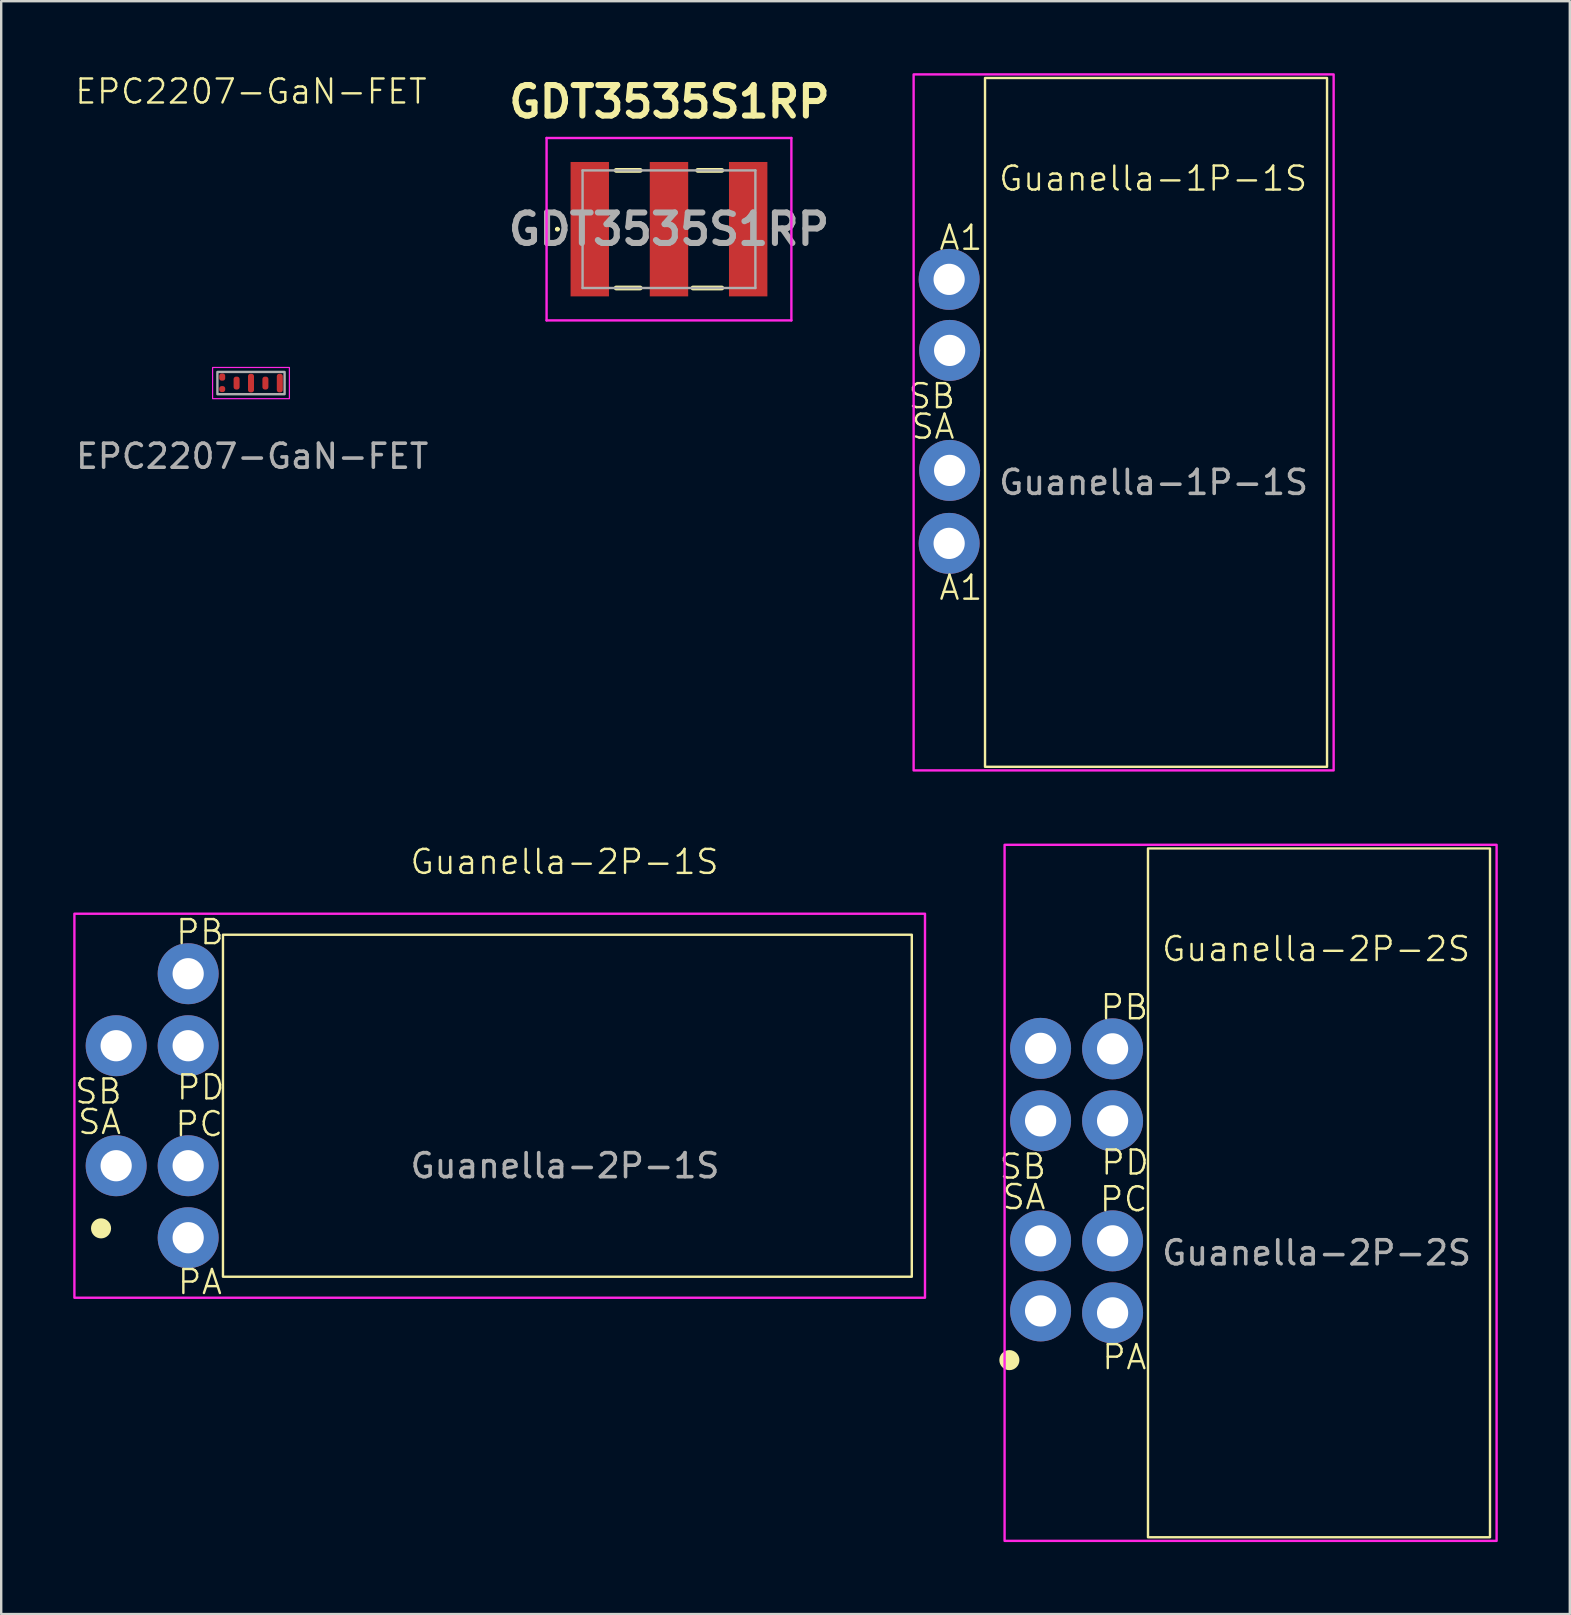
<source format=kicad_pcb>
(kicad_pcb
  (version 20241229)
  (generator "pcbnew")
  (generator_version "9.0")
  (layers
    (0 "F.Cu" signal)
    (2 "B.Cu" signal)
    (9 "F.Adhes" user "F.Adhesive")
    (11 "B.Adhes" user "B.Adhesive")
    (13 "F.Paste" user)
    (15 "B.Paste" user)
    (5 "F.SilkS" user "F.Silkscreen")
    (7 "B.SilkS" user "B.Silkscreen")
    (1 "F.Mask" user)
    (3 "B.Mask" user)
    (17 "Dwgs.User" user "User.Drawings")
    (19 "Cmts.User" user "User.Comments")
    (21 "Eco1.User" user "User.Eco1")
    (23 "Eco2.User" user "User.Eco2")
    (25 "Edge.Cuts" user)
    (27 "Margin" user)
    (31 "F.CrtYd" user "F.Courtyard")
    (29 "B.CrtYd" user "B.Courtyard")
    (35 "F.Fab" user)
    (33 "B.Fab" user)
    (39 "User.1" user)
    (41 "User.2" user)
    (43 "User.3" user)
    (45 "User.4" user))
  (footprint "Guanella-2P-1S"
    (layer "F.Cu")
    (at 20.49 43.02)
    (property "Reference" "Guanella-2P-1S" (at -0.02 -10.16 0) (unlocked yes) (layer "F.SilkS") (effects (font (size 1 1) (thickness 0.1))))
    (attr through_hole)
    (fp_rect (start -14.25 -7.125) (end 14.45 7.125) (stroke (width 0.1) (type solid)) (fill no) (layer "F.SilkS"))
    (fp_circle (center -19.33 5.11) (end -19.08 5.38) (stroke (width 0.1) (type solid)) (fill yes) (layer "F.SilkS"))
    (fp_rect (start -20.44 -8) (end 15 8) (stroke (width 0.1) (type solid)) (fill no) (layer "F.CrtYd"))
    (fp_text user "SB" (at -19.44 -0.01 0) (unlocked yes) (layer "F.SilkS") (effects (font (size 1 1) (thickness 0.1)) (justify bottom)))
    (fp_text user "PD" (at -15.18 -0.18 0) (unlocked yes) (layer "F.SilkS") (effects (font (size 1 1) (thickness 0.1)) (justify bottom)))
    (fp_text user "SA" (at -19.39 1.26 0) (unlocked yes) (layer "F.SilkS") (effects (font (size 1 1) (thickness 0.1)) (justify bottom)))
    (fp_text user "PB" (at -15.21 -6.65 0) (unlocked yes) (layer "F.SilkS") (effects (font (size 1 1) (thickness 0.1)) (justify bottom)))
    (fp_text user "PC" (at -15.24 1.35 0) (unlocked yes) (layer "F.SilkS") (effects (font (size 1 1) (thickness 0.1)) (justify bottom)))
    (fp_text user "PA" (at -15.21 7.93 0) (unlocked yes) (layer "F.SilkS") (effects (font (size 1 1) (thickness 0.1)) (justify bottom)))
    (fp_text user "${REFERENCE}" (at 0 2.5 0) (unlocked yes) (layer "F.Fab") (effects (font (size 1 1) (thickness 0.15))))
    (pad "1" thru_hole circle (at -15.7 5.5) (size 2.54 2.54) (drill 1.3) (layers "*.Cu" "*.Mask"))
    (pad "2" thru_hole circle (at -15.7 -5.5) (size 2.54 2.54) (drill 1.3) (layers "*.Cu" "*.Mask"))
    (pad "3" thru_hole circle (at -15.7 2.5) (size 2.54 2.54) (drill 1.3) (layers "*.Cu" "*.Mask"))
    (pad "4" thru_hole circle (at -15.7 -2.5) (size 2.54 2.54) (drill 1.3) (layers "*.Cu" "*.Mask"))
    (pad "5" thru_hole circle (at -18.7 2.5) (size 2.54 2.54) (drill 1.3) (layers "*.Cu" "*.Mask"))
    (pad "6" thru_hole circle (at -18.7 -2.5) (size 2.54 2.54) (drill 1.3) (layers "*.Cu" "*.Mask")))
  (footprint "Guanella-1P-1S"
    (layer "F.Cu")
    (at 45.016 14.55)
    (property "Reference" "Guanella-1P-1S" (at -0.02 -10.16 0) (unlocked yes) (layer "F.SilkS") (effects (font (size 1 1) (thickness 0.1))))
    (attr through_hole)
    (fp_rect (start -7.025 -14.35) (end 7.225 14.35) (stroke (width 0.1) (type solid)) (fill no) (layer "F.SilkS"))
    (fp_rect (start -10 -14.5) (end 7.5 14.5) (stroke (width 0.1) (type solid)) (fill no) (layer "F.CrtYd"))
    (fp_text user "SA" (at -9.19 0.76 0) (unlocked yes) (layer "F.SilkS") (effects (font (size 1 1) (thickness 0.1)) (justify bottom)))
    (fp_text user "SB" (at -9.24 -0.51 0) (unlocked yes) (layer "F.SilkS") (effects (font (size 1 1) (thickness 0.1)) (justify bottom)))
    (fp_text user "A1" (at -8.03 -7.11 0) (unlocked yes) (layer "F.SilkS") (effects (font (size 1 1) (thickness 0.1)) (justify bottom)))
    (fp_text user "A1" (at -8.03 7.47 0) (unlocked yes) (layer "F.SilkS") (effects (font (size 1 1) (thickness 0.1)) (justify bottom)))
    (fp_text user "${REFERENCE}" (at 0 2.5 0) (unlocked yes) (layer "F.Fab") (effects (font (size 1 1) (thickness 0.15))))
    (pad "1" thru_hole circle (at -8.52 5.04) (size 2.54 2.54) (drill 1.3) (layers "*.Cu" "*.Mask"))
    (pad "2" thru_hole circle (at -8.52 -5.96) (size 2.54 2.54) (drill 1.3) (layers "*.Cu" "*.Mask"))
    (pad "3" thru_hole circle (at -8.5 2) (size 2.54 2.54) (drill 1.3) (layers "*.Cu" "*.Mask"))
    (pad "4" thru_hole circle (at -8.5 -3) (size 2.54 2.54) (drill 1.3) (layers "*.Cu" "*.Mask")))
  (footprint "EPC2207-GaN-FET"
    (layer "F.Cu")
    (at 7.408 12.911)
    (property "Reference" "EPC2207-GaN-FET" (at 0 -12.15 0) (unlocked yes) (layer "F.SilkS") (effects (font (size 1 1) (thickness 0.1))))
    (attr smd)
    (fp_rect (start -1.6 -0.65) (end 1.6 0.65) (stroke (width 0.05) (type default)) (fill no) (layer "F.CrtYd"))
    (fp_rect (start -1.4 -0.463) (end 1.4 0.463) (stroke (width 0.1) (type solid)) (fill no) (layer "F.Fab"))
    (fp_text user "${REFERENCE}" (at 0.05 3.05 0) (unlocked yes) (layer "F.Fab") (effects (font (size 1 1) (thickness 0.15))))
    (pad "1" smd roundrect (at -1.2 0.25) (size 0.25 0.25) (layers "F.Cu" "F.Mask" "F.Paste") (roundrect_rratio 0.4))
    (pad "2" smd roundrect (at -1.2 -0.25) (size 0.25 0.3) (layers "F.Cu" "F.Mask" "F.Paste") (roundrect_rratio 0.4))
    (pad "3" smd roundrect (at -0.6 0) (size 0.25 0.535) (layers "F.Cu" "F.Mask" "F.Paste") (roundrect_rratio 0.4))
    (pad "4" smd roundrect (at 0 0) (size 0.25 0.775) (layers "F.Cu" "F.Mask" "F.Paste") (roundrect_rratio 0.4))
    (pad "5" smd roundrect (at 0.6 0) (size 0.25 0.535) (layers "F.Cu" "F.Mask" "F.Paste") (roundrect_rratio 0.4))
    (pad "6" smd roundrect (at 1.2 0) (size 0.25 0.775) (layers "F.Cu" "F.Mask" "F.Paste") (roundrect_rratio 0.4)))
  (footprint "Guanella-2P-2S"
    (layer "F.Cu")
    (at 51.806 46.65)
    (property "Reference" "Guanella-2P-2S" (at -0.02 -10.16 0) (unlocked yes) (layer "F.SilkS") (effects (font (size 1 1) (thickness 0.1))))
    (attr through_hole)
    (fp_rect (start -7.025 -14.35) (end 7.225 14.35) (stroke (width 0.1) (type solid)) (fill no) (layer "F.SilkS"))
    (fp_circle (center -12.8 6.97) (end -12.55 7.24) (stroke (width 0.1) (type solid)) (fill yes) (layer "F.SilkS"))
    (fp_rect (start -13 -14.5) (end 7.5 14.5) (stroke (width 0.1) (type solid)) (fill no) (layer "F.CrtYd"))
    (fp_text user "SA" (at -12.19 0.76 0) (unlocked yes) (layer "F.SilkS") (effects (font (size 1 1) (thickness 0.1)) (justify bottom)))
    (fp_text user "PC" (at -8.04 0.85 0) (unlocked yes) (layer "F.SilkS") (effects (font (size 1 1) (thickness 0.1)) (justify bottom)))
    (fp_text user "PD" (at -7.98 -0.68 0) (unlocked yes) (layer "F.SilkS") (effects (font (size 1 1) (thickness 0.1)) (justify bottom)))
    (fp_text user "PA" (at -8.01 7.43 0) (unlocked yes) (layer "F.SilkS") (effects (font (size 1 1) (thickness 0.1)) (justify bottom)))
    (fp_text user "PB" (at -8.01 -7.15 0) (unlocked yes) (layer "F.SilkS") (effects (font (size 1 1) (thickness 0.1)) (justify bottom)))
    (fp_text user "SB" (at -12.24 -0.51 0) (unlocked yes) (layer "F.SilkS") (effects (font (size 1 1) (thickness 0.1)) (justify bottom)))
    (fp_text user "${REFERENCE}" (at 0 2.5 0) (unlocked yes) (layer "F.Fab") (effects (font (size 1 1) (thickness 0.15))))
    (pad "1" thru_hole circle (at -8.5 5) (size 2.54 2.54) (drill 1.3) (layers "*.Cu" "*.Mask"))
    (pad "2" thru_hole circle (at -8.5 -6) (size 2.54 2.54) (drill 1.3) (layers "*.Cu" "*.Mask"))
    (pad "3" thru_hole circle (at -8.5 2) (size 2.54 2.54) (drill 1.3) (layers "*.Cu" "*.Mask"))
    (pad "4" thru_hole circle (at -8.5 -3) (size 2.54 2.54) (drill 1.3) (layers "*.Cu" "*.Mask"))
    (pad "5" thru_hole circle (at -11.5 4.92) (size 2.54 2.54) (drill 1.3) (layers "*.Cu" "*.Mask"))
    (pad "6" thru_hole circle (at -11.5 -3) (size 2.54 2.54) (drill 1.3) (layers "*.Cu" "*.Mask"))
    (pad "7" thru_hole circle (at -11.5 2) (size 2.54 2.54) (drill 1.3) (layers "*.Cu" "*.Mask"))
    (pad "8" thru_hole circle (at -11.5 -6.02) (size 2.54 2.54) (drill 1.3) (layers "*.Cu" "*.Mask")))
  (footprint "GDT3535S1RP"
    (layer "F.Cu")
    (at 24.823 6.499)
    (property "Reference" "GDT3535S1RP" (at 0.02 -5.31 0) (layer "F.SilkS") (effects (font (size 1.27 1.27) (thickness 0.254))))
    (attr smd)
    (fp_line (start -4.7 0) (end -4.7 0) (stroke (width 0.1) (type solid)) (layer "F.SilkS"))
    (fp_line (start -4.6 0) (end -4.6 0) (stroke (width 0.1) (type solid)) (layer "F.SilkS"))
    (fp_line (start -2.2 -2.45) (end -1.2 -2.45) (stroke (width 0.2) (type solid)) (layer "F.SilkS"))
    (fp_line (start -2.2 2.45) (end -1.2 2.45) (stroke (width 0.2) (type solid)) (layer "F.SilkS"))
    (fp_line (start 1 2.45) (end 2.2 2.45) (stroke (width 0.2) (type solid)) (layer "F.SilkS"))
    (fp_line (start 1.2 -2.45) (end 2.2 -2.45) (stroke (width 0.2) (type solid)) (layer "F.SilkS"))
    (fp_arc (start -4.7 0) (mid -4.65 -0.05) (end -4.6 0) (stroke (width 0.1) (type solid)) (layer "F.SilkS"))
    (fp_arc (start -4.6 0) (mid -4.65 0.05) (end -4.7 0) (stroke (width 0.1) (type solid)) (layer "F.SilkS"))
    (fp_line (start -5.1 -3.8) (end 5.1 -3.8) (stroke (width 0.1) (type solid)) (layer "F.CrtYd"))
    (fp_line (start -5.1 3.8) (end -5.1 -3.8) (stroke (width 0.1) (type solid)) (layer "F.CrtYd"))
    (fp_line (start 5.1 -3.8) (end 5.1 3.8) (stroke (width 0.1) (type solid)) (layer "F.CrtYd"))
    (fp_line (start 5.1 3.8) (end -5.1 3.8) (stroke (width 0.1) (type solid)) (layer "F.CrtYd"))
    (fp_line (start -3.6 -2.45) (end -3.6 2.45) (stroke (width 0.1) (type solid)) (layer "F.Fab"))
    (fp_line (start -3.6 2.45) (end 3.6 2.45) (stroke (width 0.1) (type solid)) (layer "F.Fab"))
    (fp_line (start 3.6 -2.45) (end -3.6 -2.45) (stroke (width 0.1) (type solid)) (layer "F.Fab"))
    (fp_line (start 3.6 2.45) (end 3.6 -2.45) (stroke (width 0.1) (type solid)) (layer "F.Fab"))
    (fp_text user "${REFERENCE}" (at 0 0 0) (layer "F.Fab") (effects (font (size 1.27 1.27) (thickness 0.254))))
    (pad "1" smd rect (at -3.3 0) (size 1.6 5.6) (layers "F.Cu" "F.Mask" "F.Paste"))
    (pad "2" smd rect (at 0 0) (size 1.6 5.6) (layers "F.Cu" "F.Mask" "F.Paste"))
    (pad "3" smd rect (at 3.3 0) (size 1.6 5.6) (layers "F.Cu" "F.Mask" "F.Paste")))
  (gr_rect
    (start -3 -3)
    (end 62.356 64.2)
    (stroke (width 0.1) (type default))
    (fill no)
    (layer "Edge.Cuts")))
</source>
